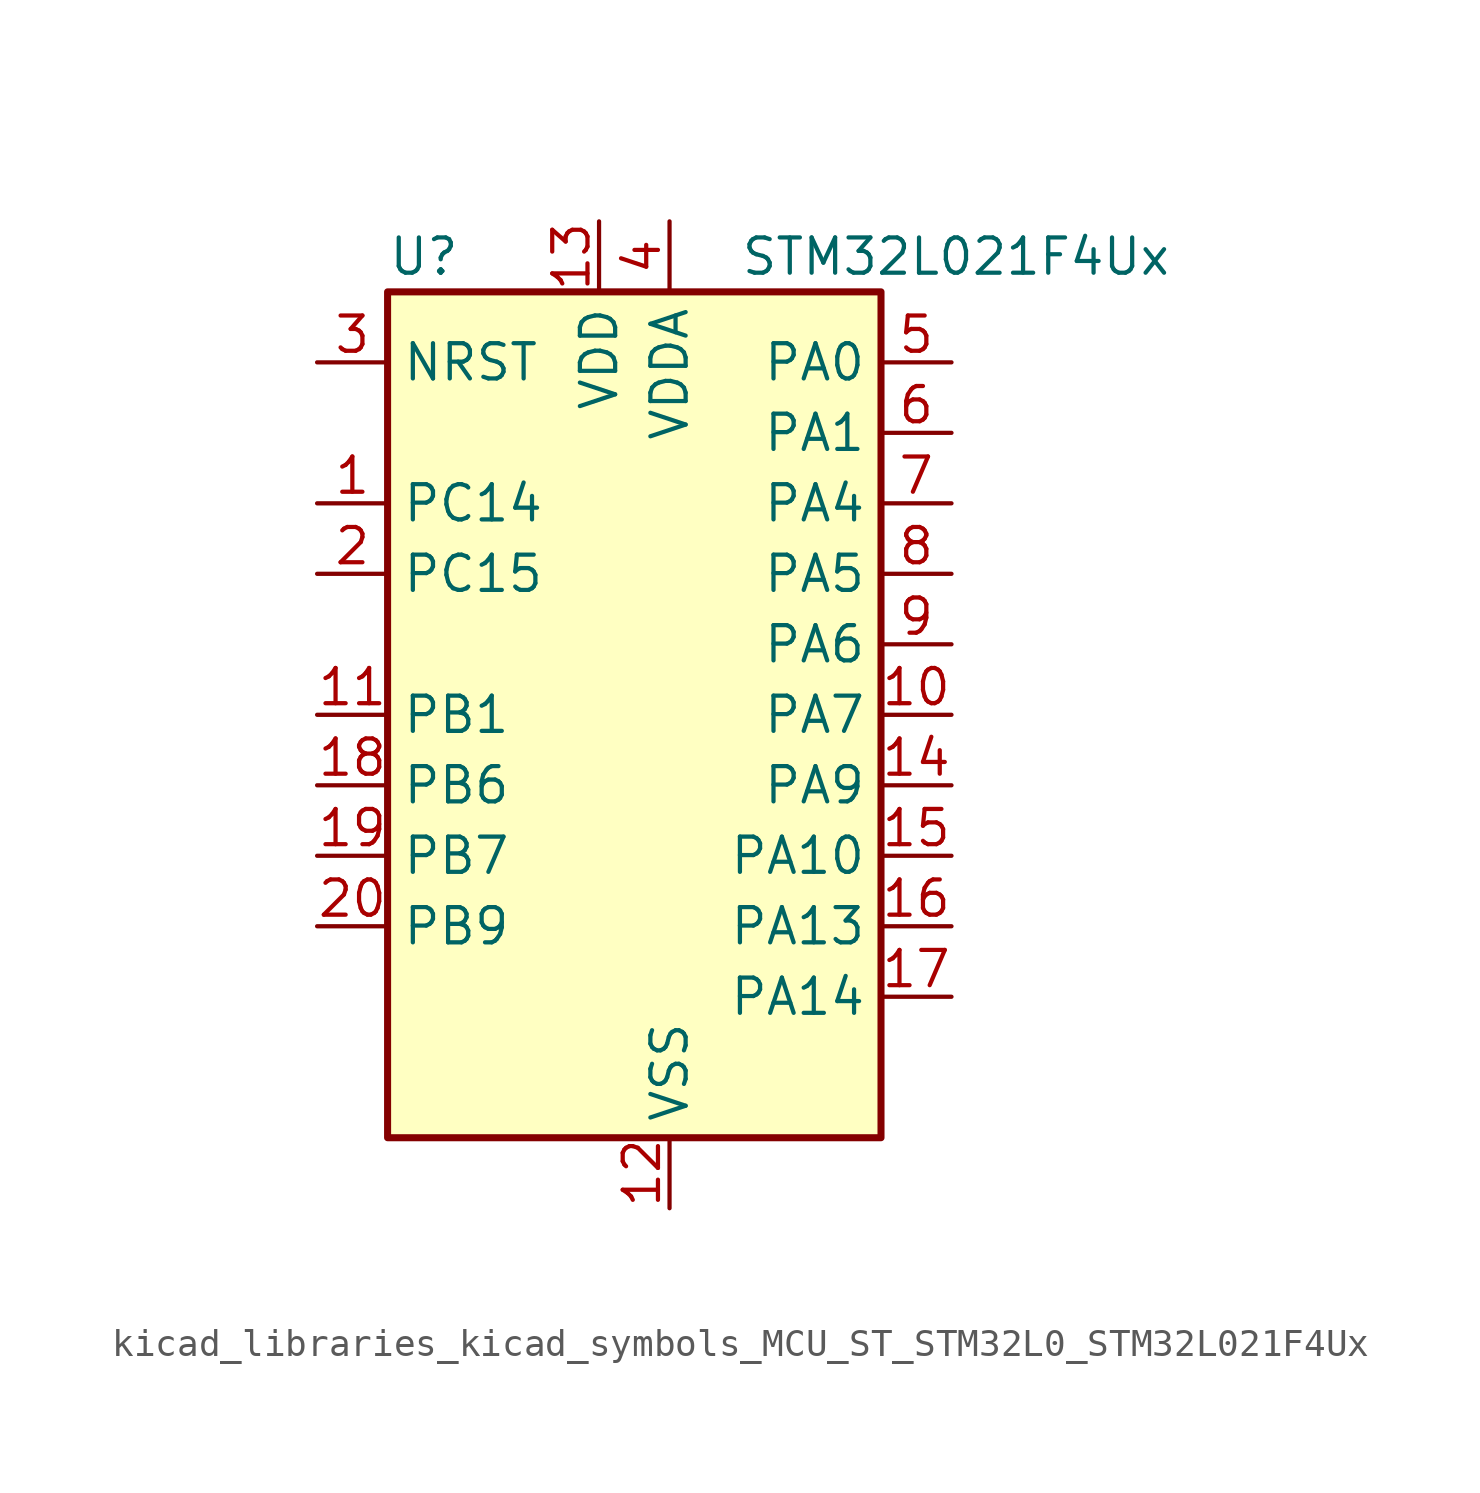
<source format=kicad_sym>
(kicad_symbol_lib
  (version 20220914)
  (generator kicad_symbol_editor)
  (symbol "kicad_libraries_kicad_symbols_MCU_ST_STM32L0_STM32L021F4Ux"
    (property "Reference" "U"
      (at -7.62 16.51 0)
      (effects (font (size 1.27 1.27)) (justify left)))
    (property "Value" "STM32L021F4Ux"
      (at 5.08 16.51 0)
      (effects (font (size 1.27 1.27)) (justify left)))
    (property "ki_locked" ""
      (at 0 0 0)
      (effects (font (size 1.27 1.27))))
    (symbol "kicad_libraries_kicad_symbols_MCU_ST_STM32L0_STM32L021F4Ux_0_1"
      (rectangle (start -7.62 -15.24) (end 10.16 15.24) (stroke (width 0.254) (type default)) (fill (type background))))
    (symbol "kicad_libraries_kicad_symbols_MCU_ST_STM32L0_STM32L021F4Ux_1_1"
      (pin bidirectional line (at -10.16 7.62 0) (length 2.54) (name "PC14" (effects (font (size 1.27 1.27)))) (number "1" (effects (font (size 1.27 1.27)))) (alternate "RCC_OSC32_IN" bidirectional line))
      (pin bidirectional line (at 12.7 0 180) (length 2.54) (name "PA7" (effects (font (size 1.27 1.27)))) (number "10" (effects (font (size 1.27 1.27)))) (alternate "ADC_IN7" bidirectional line) (alternate "COMP2_INP" bidirectional line) (alternate "COMP2_OUT" bidirectional line) (alternate "LPTIM1_OUT" bidirectional line) (alternate "SPI1_MOSI" bidirectional line) (alternate "TIM21_ETR" bidirectional line) (alternate "USART2_CTS" bidirectional line))
      (pin bidirectional line (at -10.16 0 0) (length 2.54) (name "PB1" (effects (font (size 1.27 1.27)))) (number "11" (effects (font (size 1.27 1.27)))) (alternate "ADC_IN9" bidirectional line) (alternate "LPTIM1_IN1" bidirectional line) (alternate "LPUART1_DE" bidirectional line) (alternate "LPUART1_RTS" bidirectional line) (alternate "SPI1_MOSI" bidirectional line) (alternate "SYS_VREF_OUT_PB1" bidirectional line) (alternate "TIM2_CH4" bidirectional line) (alternate "USART2_CK" bidirectional line))
      (pin power_in line (at 2.54 -17.78 90) (length 2.54) (name "VSS" (effects (font (size 1.27 1.27)))) (number "12" (effects (font (size 1.27 1.27)))))
      (pin power_in line (at 0 17.78 270) (length 2.54) (name "VDD" (effects (font (size 1.27 1.27)))) (number "13" (effects (font (size 1.27 1.27)))))
      (pin bidirectional line (at 12.7 -2.54 180) (length 2.54) (name "PA9" (effects (font (size 1.27 1.27)))) (number "14" (effects (font (size 1.27 1.27)))) (alternate "COMP1_OUT" bidirectional line) (alternate "I2C1_SCL" bidirectional line) (alternate "LPTIM1_OUT" bidirectional line) (alternate "RCC_MCO" bidirectional line) (alternate "TIM21_CH2" bidirectional line) (alternate "USART2_TX" bidirectional line))
      (pin bidirectional line (at 12.7 -5.08 180) (length 2.54) (name "PA10" (effects (font (size 1.27 1.27)))) (number "15" (effects (font (size 1.27 1.27)))) (alternate "COMP1_OUT" bidirectional line) (alternate "I2C1_SDA" bidirectional line) (alternate "RTC_REFIN" bidirectional line) (alternate "TIM21_CH1" bidirectional line) (alternate "TIM2_CH3" bidirectional line) (alternate "USART2_RX" bidirectional line))
      (pin bidirectional line (at 12.7 -7.62 180) (length 2.54) (name "PA13" (effects (font (size 1.27 1.27)))) (number "16" (effects (font (size 1.27 1.27)))) (alternate "COMP1_OUT" bidirectional line) (alternate "I2C1_SDA" bidirectional line) (alternate "LPTIM1_ETR" bidirectional line) (alternate "LPUART1_RX" bidirectional line) (alternate "SPI1_SCK" bidirectional line) (alternate "SYS_SWDIO" bidirectional line))
      (pin bidirectional line (at 12.7 -10.16 180) (length 2.54) (name "PA14" (effects (font (size 1.27 1.27)))) (number "17" (effects (font (size 1.27 1.27)))) (alternate "COMP2_OUT" bidirectional line) (alternate "I2C1_SMBA" bidirectional line) (alternate "LPTIM1_OUT" bidirectional line) (alternate "LPUART1_TX" bidirectional line) (alternate "SPI1_MISO" bidirectional line) (alternate "SYS_SWCLK" bidirectional line) (alternate "USART2_TX" bidirectional line))
      (pin bidirectional line (at -10.16 -2.54 0) (length 2.54) (name "PB6" (effects (font (size 1.27 1.27)))) (number "18" (effects (font (size 1.27 1.27)))) (alternate "COMP2_INP" bidirectional line) (alternate "I2C1_SCL" bidirectional line) (alternate "LPTIM1_ETR" bidirectional line) (alternate "LPUART1_TX" bidirectional line) (alternate "TIM2_CH3" bidirectional line) (alternate "USART2_TX" bidirectional line))
      (pin bidirectional line (at -10.16 -5.08 0) (length 2.54) (name "PB7" (effects (font (size 1.27 1.27)))) (number "19" (effects (font (size 1.27 1.27)))) (alternate "COMP2_INP" bidirectional line) (alternate "I2C1_SDA" bidirectional line) (alternate "LPTIM1_IN2" bidirectional line) (alternate "LPUART1_RX" bidirectional line) (alternate "SYS_PVD_IN" bidirectional line) (alternate "TIM2_CH4" bidirectional line) (alternate "USART2_RX" bidirectional line))
      (pin bidirectional line (at -10.16 5.08 0) (length 2.54) (name "PC15" (effects (font (size 1.27 1.27)))) (number "2" (effects (font (size 1.27 1.27)))) (alternate "RCC_OSC32_OUT" bidirectional line))
      (pin bidirectional line (at -10.16 -7.62 0) (length 2.54) (name "PB9" (effects (font (size 1.27 1.27)))) (number "20" (effects (font (size 1.27 1.27)))))
      (pin input line (at -10.16 12.7 0) (length 2.54) (name "NRST" (effects (font (size 1.27 1.27)))) (number "3" (effects (font (size 1.27 1.27)))))
      (pin power_in line (at 2.54 17.78 270) (length 2.54) (name "VDDA" (effects (font (size 1.27 1.27)))) (number "4" (effects (font (size 1.27 1.27)))))
      (pin bidirectional line (at 12.7 12.7 180) (length 2.54) (name "PA0" (effects (font (size 1.27 1.27)))) (number "5" (effects (font (size 1.27 1.27)))) (alternate "ADC_IN0" bidirectional line) (alternate "COMP1_INM" bidirectional line) (alternate "COMP1_OUT" bidirectional line) (alternate "LPTIM1_IN1" bidirectional line) (alternate "LPUART1_RX" bidirectional line) (alternate "RCC_CK_IN" bidirectional line) (alternate "RTC_TAMP2" bidirectional line) (alternate "SYS_WKUP1" bidirectional line) (alternate "TIM2_CH1" bidirectional line) (alternate "TIM2_ETR" bidirectional line) (alternate "USART2_CTS" bidirectional line) (alternate "USART2_RX" bidirectional line))
      (pin bidirectional line (at 12.7 10.16 180) (length 2.54) (name "PA1" (effects (font (size 1.27 1.27)))) (number "6" (effects (font (size 1.27 1.27)))) (alternate "ADC_IN1" bidirectional line) (alternate "COMP1_INP" bidirectional line) (alternate "I2C1_SMBA" bidirectional line) (alternate "LPTIM1_IN2" bidirectional line) (alternate "LPUART1_TX" bidirectional line) (alternate "TIM21_ETR" bidirectional line) (alternate "TIM2_CH2" bidirectional line) (alternate "USART2_DE" bidirectional line) (alternate "USART2_RTS" bidirectional line))
      (pin bidirectional line (at 12.7 7.62 180) (length 2.54) (name "PA4" (effects (font (size 1.27 1.27)))) (number "7" (effects (font (size 1.27 1.27)))) (alternate "ADC_IN4" bidirectional line) (alternate "COMP1_INM" bidirectional line) (alternate "COMP2_INM" bidirectional line) (alternate "COMP2_OUT" bidirectional line) (alternate "I2C1_SCL" bidirectional line) (alternate "LPTIM1_ETR" bidirectional line) (alternate "LPTIM1_IN1" bidirectional line) (alternate "LPUART1_TX" bidirectional line) (alternate "SPI1_NSS" bidirectional line) (alternate "TIM2_ETR" bidirectional line) (alternate "USART2_CK" bidirectional line))
      (pin bidirectional line (at 12.7 5.08 180) (length 2.54) (name "PA5" (effects (font (size 1.27 1.27)))) (number "8" (effects (font (size 1.27 1.27)))) (alternate "ADC_IN5" bidirectional line) (alternate "COMP1_INM" bidirectional line) (alternate "COMP2_INM" bidirectional line) (alternate "LPTIM1_IN2" bidirectional line) (alternate "SPI1_SCK" bidirectional line) (alternate "TIM2_CH1" bidirectional line) (alternate "TIM2_ETR" bidirectional line))
      (pin bidirectional line (at 12.7 2.54 180) (length 2.54) (name "PA6" (effects (font (size 1.27 1.27)))) (number "9" (effects (font (size 1.27 1.27)))) (alternate "ADC_IN6" bidirectional line) (alternate "COMP1_OUT" bidirectional line) (alternate "LPTIM1_ETR" bidirectional line) (alternate "LPUART1_CTS" bidirectional line) (alternate "SPI1_MISO" bidirectional line)))))
</source>
